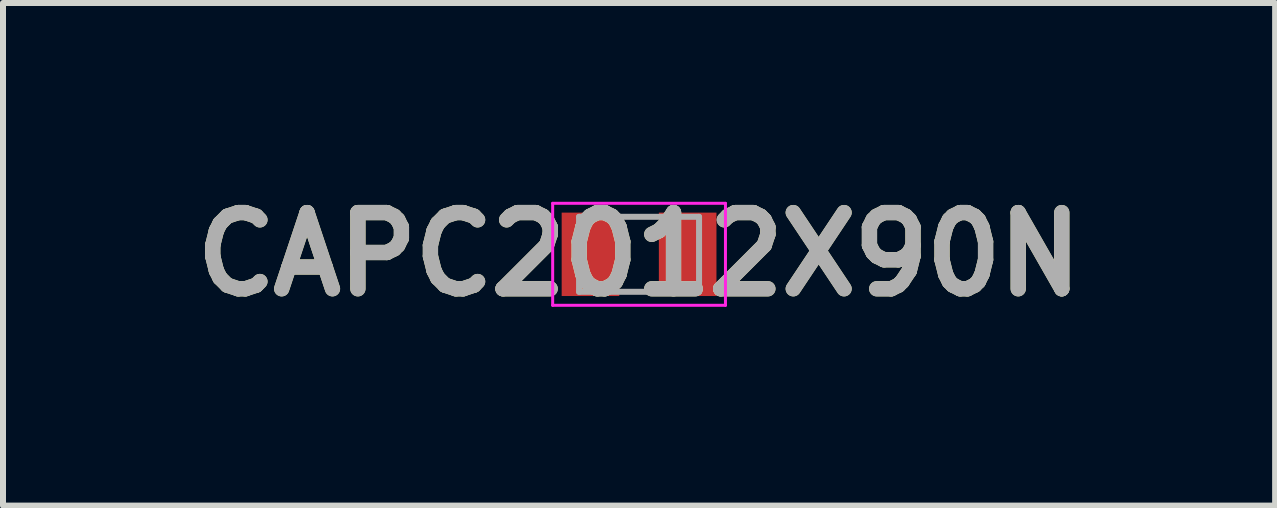
<source format=kicad_pcb>
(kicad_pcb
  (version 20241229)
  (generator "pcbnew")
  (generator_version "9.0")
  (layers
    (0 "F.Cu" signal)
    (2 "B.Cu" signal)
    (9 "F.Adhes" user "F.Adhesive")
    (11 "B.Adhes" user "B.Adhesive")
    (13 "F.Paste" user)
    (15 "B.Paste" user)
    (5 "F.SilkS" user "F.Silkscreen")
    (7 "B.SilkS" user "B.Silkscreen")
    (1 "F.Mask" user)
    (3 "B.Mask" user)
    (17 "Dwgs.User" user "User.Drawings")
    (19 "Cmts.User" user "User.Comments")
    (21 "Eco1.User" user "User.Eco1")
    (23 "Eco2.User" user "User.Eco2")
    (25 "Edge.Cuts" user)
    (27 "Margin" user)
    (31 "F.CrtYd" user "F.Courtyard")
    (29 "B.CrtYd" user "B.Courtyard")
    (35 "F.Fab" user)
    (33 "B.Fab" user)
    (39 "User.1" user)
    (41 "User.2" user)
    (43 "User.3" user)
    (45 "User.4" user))
  (footprint "CAPC2012X90N"
    (layer "F.Cu")
    (at 7.602 1.189)
    (property "Reference" "CAPC2012X90N" (at 0 0 0) (layer "F.SilkS") (effects (font (size 1.27 1.27) (thickness 0.254))))
    (attr smd)
    (fp_line (start -1.44 -0.85) (end 1.44 -0.85) (stroke (width 0.05) (type solid)) (layer "F.CrtYd"))
    (fp_line (start -1.44 0.85) (end -1.44 -0.85) (stroke (width 0.05) (type solid)) (layer "F.CrtYd"))
    (fp_line (start 1.44 -0.85) (end 1.44 0.85) (stroke (width 0.05) (type solid)) (layer "F.CrtYd"))
    (fp_line (start 1.44 0.85) (end -1.44 0.85) (stroke (width 0.05) (type solid)) (layer "F.CrtYd"))
    (fp_line (start -1 -0.625) (end 1 -0.625) (stroke (width 0.1) (type solid)) (layer "F.Fab"))
    (fp_line (start -1 0.625) (end -1 -0.625) (stroke (width 0.1) (type solid)) (layer "F.Fab"))
    (fp_line (start 1 -0.625) (end 1 0.625) (stroke (width 0.1) (type solid)) (layer "F.Fab"))
    (fp_line (start 1 0.625) (end -1 0.625) (stroke (width 0.1) (type solid)) (layer "F.Fab"))
    (fp_text user "${REFERENCE}" (at 0 0 0) (layer "F.Fab") (effects (font (size 1.27 1.27) (thickness 0.254))))
    (pad "1" smd rect (at -0.81 0) (size 0.96 1.39) (layers "F.Cu" "F.Mask" "F.Paste"))
    (pad "2" smd rect (at 0.81 0) (size 0.96 1.39) (layers "F.Cu" "F.Mask" "F.Paste")))
  (gr_rect
    (start -3 -3)
    (end 18.204 5.377)
    (stroke (width 0.1) (type default))
    (fill no)
    (layer "Edge.Cuts")))
</source>
